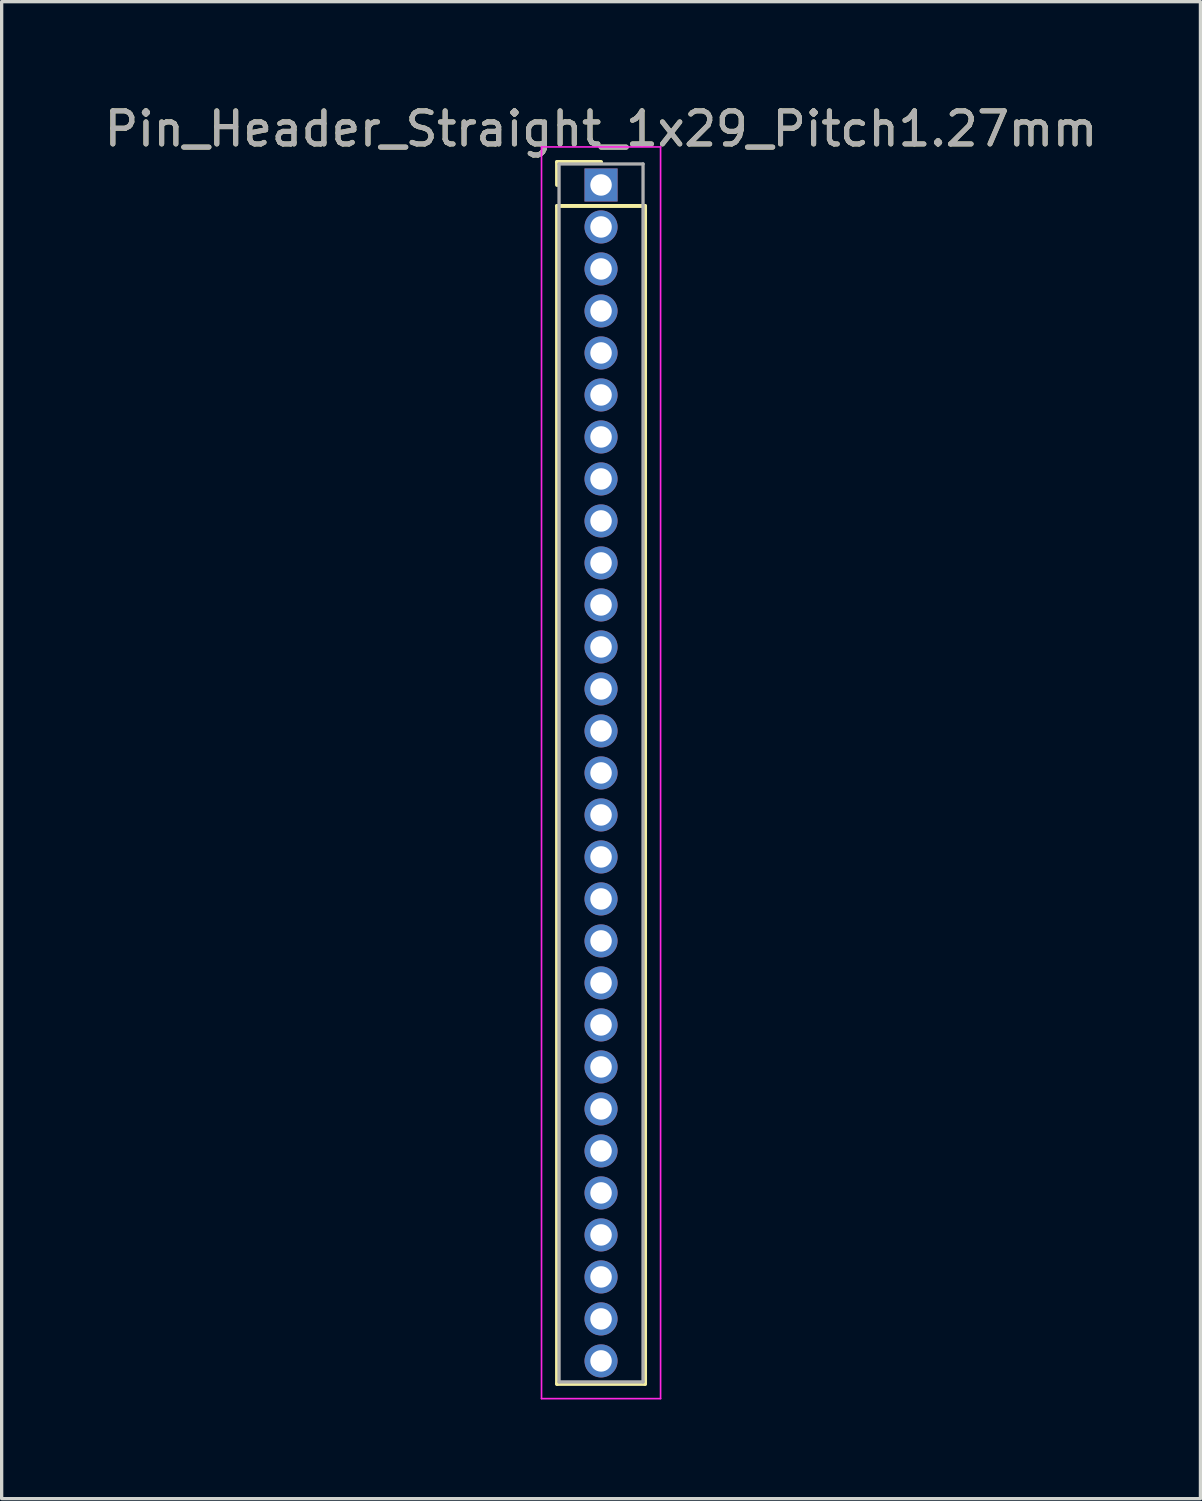
<source format=kicad_pcb>
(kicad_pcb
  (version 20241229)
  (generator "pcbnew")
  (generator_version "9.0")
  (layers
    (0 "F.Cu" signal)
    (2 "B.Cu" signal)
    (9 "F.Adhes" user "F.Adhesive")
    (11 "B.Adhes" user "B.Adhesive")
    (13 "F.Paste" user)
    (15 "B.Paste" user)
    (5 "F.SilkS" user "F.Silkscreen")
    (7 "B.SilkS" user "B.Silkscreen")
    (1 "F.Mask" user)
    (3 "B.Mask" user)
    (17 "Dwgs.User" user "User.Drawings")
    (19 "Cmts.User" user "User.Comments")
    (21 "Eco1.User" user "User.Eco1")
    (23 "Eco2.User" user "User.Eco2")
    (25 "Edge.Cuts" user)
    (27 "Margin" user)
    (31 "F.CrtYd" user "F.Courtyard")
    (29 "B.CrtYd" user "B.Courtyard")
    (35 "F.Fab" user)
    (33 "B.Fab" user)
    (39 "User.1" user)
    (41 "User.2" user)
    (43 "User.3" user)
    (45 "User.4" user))
  (footprint "Pin_Header_Straight_1x29_Pitch1.27mm"
    (layer "F.Cu")
    (at 15.125 2.543)
    (property "Reference" "Pin_Header_Straight_1x29_Pitch1.27mm" (at 0 -1.695 0) (layer "F.SilkS") (effects (font (size 1 1) (thickness 0.15))))
    (attr through_hole)
    (fp_line (start -1.33 -0.695) (end 0 -0.695) (stroke (width 0.12) (type solid)) (layer "F.SilkS"))
    (fp_line (start -1.33 0) (end -1.33 -0.695) (stroke (width 0.12) (type solid)) (layer "F.SilkS"))
    (fp_line (start -1.33 0.635) (end -1.33 36.255) (stroke (width 0.12) (type solid)) (layer "F.SilkS"))
    (fp_line (start -1.33 36.255) (end 1.33 36.255) (stroke (width 0.12) (type solid)) (layer "F.SilkS"))
    (fp_line (start 1.33 0.635) (end -1.33 0.635) (stroke (width 0.12) (type solid)) (layer "F.SilkS"))
    (fp_line (start 1.33 36.255) (end 1.33 0.635) (stroke (width 0.12) (type solid)) (layer "F.SilkS"))
    (fp_line (start -1.8 -1.15) (end -1.8 36.7) (stroke (width 0.05) (type solid)) (layer "F.CrtYd"))
    (fp_line (start -1.8 36.7) (end 1.8 36.7) (stroke (width 0.05) (type solid)) (layer "F.CrtYd"))
    (fp_line (start 1.8 -1.15) (end -1.8 -1.15) (stroke (width 0.05) (type solid)) (layer "F.CrtYd"))
    (fp_line (start 1.8 36.7) (end 1.8 -1.15) (stroke (width 0.05) (type solid)) (layer "F.CrtYd"))
    (fp_line (start -1.27 -0.635) (end -1.27 36.195) (stroke (width 0.1) (type solid)) (layer "F.Fab"))
    (fp_line (start -1.27 36.195) (end 1.27 36.195) (stroke (width 0.1) (type solid)) (layer "F.Fab"))
    (fp_line (start 1.27 -0.635) (end -1.27 -0.635) (stroke (width 0.1) (type solid)) (layer "F.Fab"))
    (fp_line (start 1.27 36.195) (end 1.27 -0.635) (stroke (width 0.1) (type solid)) (layer "F.Fab"))
    (fp_text user "${REFERENCE}" (at 0 -1.695 0) (layer "F.Fab") (effects (font (size 1 1) (thickness 0.15))))
    (pad "1" thru_hole rect (at 0 0) (size 1 1) (drill 0.65) (layers "*.Cu" "*.Mask"))
    (pad "2" thru_hole oval (at 0 1.27) (size 1 1) (drill 0.65) (layers "*.Cu" "*.Mask"))
    (pad "3" thru_hole oval (at 0 2.54) (size 1 1) (drill 0.65) (layers "*.Cu" "*.Mask"))
    (pad "4" thru_hole oval (at 0 3.81) (size 1 1) (drill 0.65) (layers "*.Cu" "*.Mask"))
    (pad "5" thru_hole oval (at 0 5.08) (size 1 1) (drill 0.65) (layers "*.Cu" "*.Mask"))
    (pad "6" thru_hole oval (at 0 6.35) (size 1 1) (drill 0.65) (layers "*.Cu" "*.Mask"))
    (pad "7" thru_hole oval (at 0 7.62) (size 1 1) (drill 0.65) (layers "*.Cu" "*.Mask"))
    (pad "8" thru_hole oval (at 0 8.89) (size 1 1) (drill 0.65) (layers "*.Cu" "*.Mask"))
    (pad "9" thru_hole oval (at 0 10.16) (size 1 1) (drill 0.65) (layers "*.Cu" "*.Mask"))
    (pad "10" thru_hole oval (at 0 11.43) (size 1 1) (drill 0.65) (layers "*.Cu" "*.Mask"))
    (pad "11" thru_hole oval (at 0 12.7) (size 1 1) (drill 0.65) (layers "*.Cu" "*.Mask"))
    (pad "12" thru_hole oval (at 0 13.97) (size 1 1) (drill 0.65) (layers "*.Cu" "*.Mask"))
    (pad "13" thru_hole oval (at 0 15.24) (size 1 1) (drill 0.65) (layers "*.Cu" "*.Mask"))
    (pad "14" thru_hole oval (at 0 16.51) (size 1 1) (drill 0.65) (layers "*.Cu" "*.Mask"))
    (pad "15" thru_hole oval (at 0 17.78) (size 1 1) (drill 0.65) (layers "*.Cu" "*.Mask"))
    (pad "16" thru_hole oval (at 0 19.05) (size 1 1) (drill 0.65) (layers "*.Cu" "*.Mask"))
    (pad "17" thru_hole oval (at 0 20.32) (size 1 1) (drill 0.65) (layers "*.Cu" "*.Mask"))
    (pad "18" thru_hole oval (at 0 21.59) (size 1 1) (drill 0.65) (layers "*.Cu" "*.Mask"))
    (pad "19" thru_hole oval (at 0 22.86) (size 1 1) (drill 0.65) (layers "*.Cu" "*.Mask"))
    (pad "20" thru_hole oval (at 0 24.13) (size 1 1) (drill 0.65) (layers "*.Cu" "*.Mask"))
    (pad "21" thru_hole oval (at 0 25.4) (size 1 1) (drill 0.65) (layers "*.Cu" "*.Mask"))
    (pad "22" thru_hole oval (at 0 26.67) (size 1 1) (drill 0.65) (layers "*.Cu" "*.Mask"))
    (pad "23" thru_hole oval (at 0 27.94) (size 1 1) (drill 0.65) (layers "*.Cu" "*.Mask"))
    (pad "24" thru_hole oval (at 0 29.21) (size 1 1) (drill 0.65) (layers "*.Cu" "*.Mask"))
    (pad "25" thru_hole oval (at 0 30.48) (size 1 1) (drill 0.65) (layers "*.Cu" "*.Mask"))
    (pad "26" thru_hole oval (at 0 31.75) (size 1 1) (drill 0.65) (layers "*.Cu" "*.Mask"))
    (pad "27" thru_hole oval (at 0 33.02) (size 1 1) (drill 0.65) (layers "*.Cu" "*.Mask"))
    (pad "28" thru_hole oval (at 0 34.29) (size 1 1) (drill 0.65) (layers "*.Cu" "*.Mask"))
    (pad "29" thru_hole oval (at 0 35.56) (size 1 1) (drill 0.65) (layers "*.Cu" "*.Mask")))
  (gr_rect
    (start -3 -3)
    (end 33.25 42.268)
    (stroke (width 0.1) (type default))
    (fill no)
    (layer "Edge.Cuts")))
</source>
